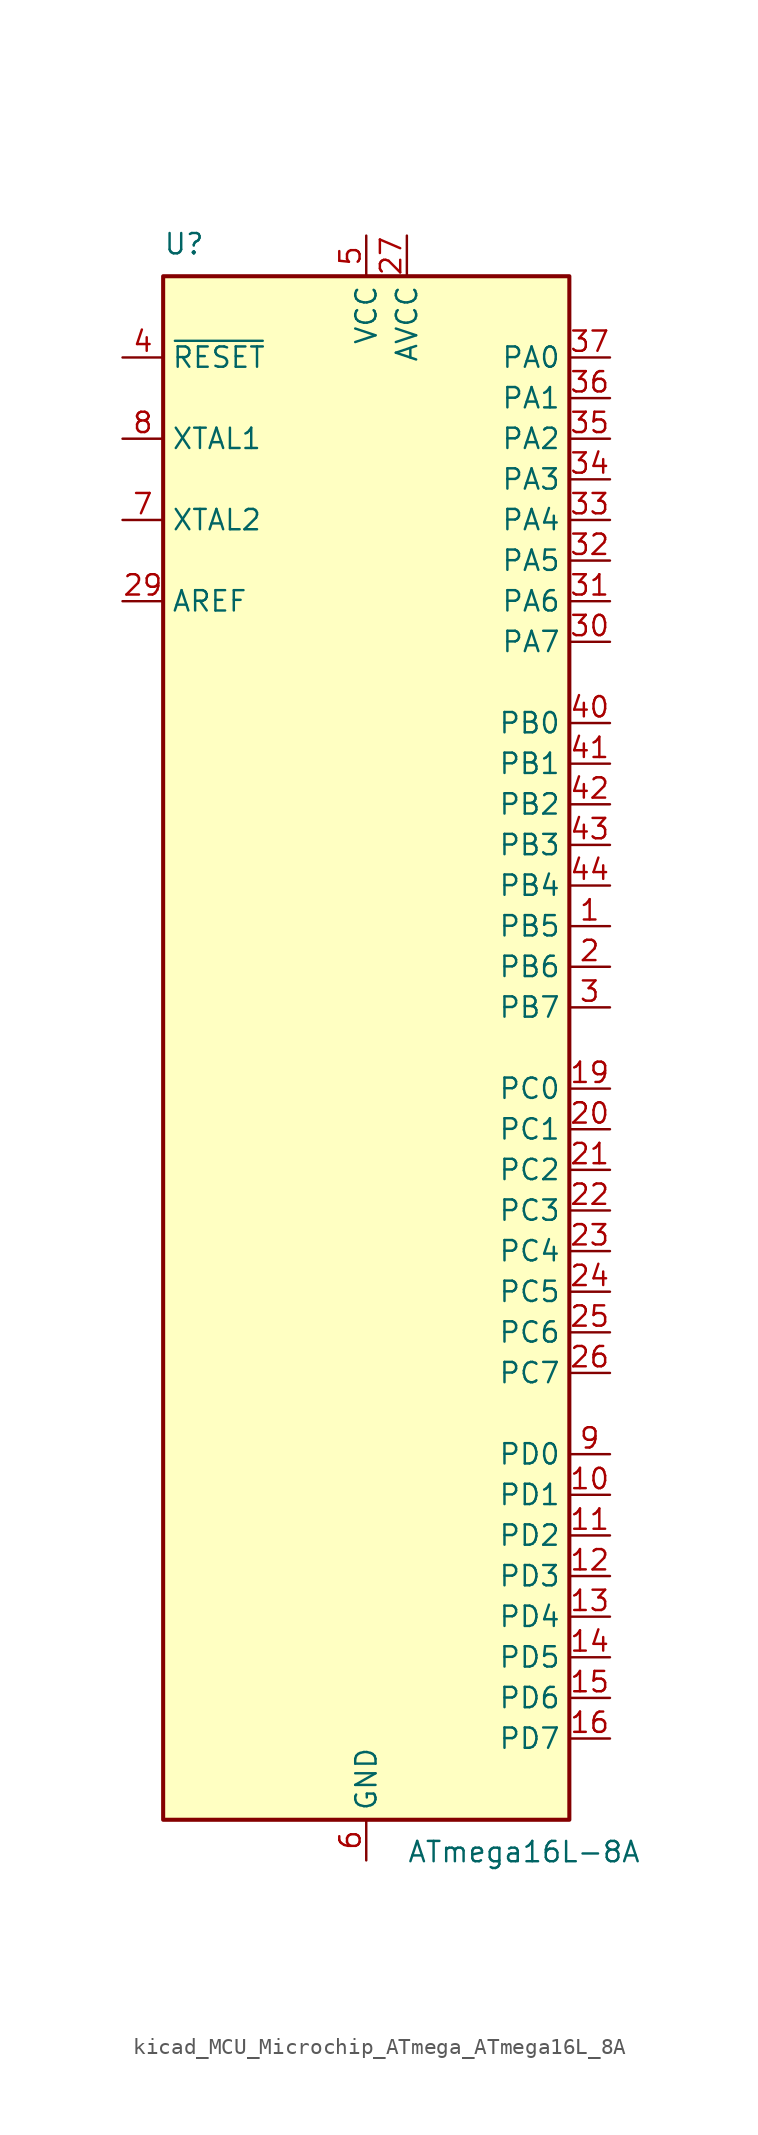
<source format=kicad_sym>
(kicad_symbol_lib
  (version 20220914)
  (generator kicad_symbol_editor)
  (symbol "kicad_MCU_Microchip_ATmega_ATmega16L_8A"
    (property "Reference" "U"
      (at -12.7 49.53 0)
      (effects (font (size 1.27 1.27)) (justify left bottom)))
    (property "Value" "ATmega16L-8A"
      (at 2.54 -49.53 0)
      (effects (font (size 1.27 1.27)) (justify left top)))
    (symbol "kicad_MCU_Microchip_ATmega_ATmega16L_8A_0_1"
      (rectangle (start -12.7 -48.26) (end 12.7 48.26) (stroke (width 0.254) (type default)) (fill (type background))))
    (symbol "kicad_MCU_Microchip_ATmega_ATmega16L_8A_1_1"
      (pin bidirectional line (at 15.24 7.62 180) (length 2.54) (name "PB5" (effects (font (size 1.27 1.27)))) (number "1" (effects (font (size 1.27 1.27)))))
      (pin bidirectional line (at 15.24 -27.94 180) (length 2.54) (name "PD1" (effects (font (size 1.27 1.27)))) (number "10" (effects (font (size 1.27 1.27)))))
      (pin bidirectional line (at 15.24 -30.48 180) (length 2.54) (name "PD2" (effects (font (size 1.27 1.27)))) (number "11" (effects (font (size 1.27 1.27)))))
      (pin bidirectional line (at 15.24 -33.02 180) (length 2.54) (name "PD3" (effects (font (size 1.27 1.27)))) (number "12" (effects (font (size 1.27 1.27)))))
      (pin bidirectional line (at 15.24 -35.56 180) (length 2.54) (name "PD4" (effects (font (size 1.27 1.27)))) (number "13" (effects (font (size 1.27 1.27)))))
      (pin bidirectional line (at 15.24 -38.1 180) (length 2.54) (name "PD5" (effects (font (size 1.27 1.27)))) (number "14" (effects (font (size 1.27 1.27)))))
      (pin bidirectional line (at 15.24 -40.64 180) (length 2.54) (name "PD6" (effects (font (size 1.27 1.27)))) (number "15" (effects (font (size 1.27 1.27)))))
      (pin bidirectional line (at 15.24 -43.18 180) (length 2.54) (name "PD7" (effects (font (size 1.27 1.27)))) (number "16" (effects (font (size 1.27 1.27)))))
      (pin passive line (at 0 50.8 270) (length 2.54) hide (name "VCC" (effects (font (size 1.27 1.27)))) (number "17" (effects (font (size 1.27 1.27)))))
      (pin passive line (at 0 -50.8 90) (length 2.54) hide (name "GND" (effects (font (size 1.27 1.27)))) (number "18" (effects (font (size 1.27 1.27)))))
      (pin bidirectional line (at 15.24 -2.54 180) (length 2.54) (name "PC0" (effects (font (size 1.27 1.27)))) (number "19" (effects (font (size 1.27 1.27)))))
      (pin bidirectional line (at 15.24 5.08 180) (length 2.54) (name "PB6" (effects (font (size 1.27 1.27)))) (number "2" (effects (font (size 1.27 1.27)))))
      (pin bidirectional line (at 15.24 -5.08 180) (length 2.54) (name "PC1" (effects (font (size 1.27 1.27)))) (number "20" (effects (font (size 1.27 1.27)))))
      (pin bidirectional line (at 15.24 -7.62 180) (length 2.54) (name "PC2" (effects (font (size 1.27 1.27)))) (number "21" (effects (font (size 1.27 1.27)))))
      (pin bidirectional line (at 15.24 -10.16 180) (length 2.54) (name "PC3" (effects (font (size 1.27 1.27)))) (number "22" (effects (font (size 1.27 1.27)))))
      (pin bidirectional line (at 15.24 -12.7 180) (length 2.54) (name "PC4" (effects (font (size 1.27 1.27)))) (number "23" (effects (font (size 1.27 1.27)))))
      (pin bidirectional line (at 15.24 -15.24 180) (length 2.54) (name "PC5" (effects (font (size 1.27 1.27)))) (number "24" (effects (font (size 1.27 1.27)))))
      (pin bidirectional line (at 15.24 -17.78 180) (length 2.54) (name "PC6" (effects (font (size 1.27 1.27)))) (number "25" (effects (font (size 1.27 1.27)))))
      (pin bidirectional line (at 15.24 -20.32 180) (length 2.54) (name "PC7" (effects (font (size 1.27 1.27)))) (number "26" (effects (font (size 1.27 1.27)))))
      (pin power_in line (at 2.54 50.8 270) (length 2.54) (name "AVCC" (effects (font (size 1.27 1.27)))) (number "27" (effects (font (size 1.27 1.27)))))
      (pin passive line (at 0 -50.8 90) (length 2.54) hide (name "GND" (effects (font (size 1.27 1.27)))) (number "28" (effects (font (size 1.27 1.27)))))
      (pin passive line (at -15.24 27.94 0) (length 2.54) (name "AREF" (effects (font (size 1.27 1.27)))) (number "29" (effects (font (size 1.27 1.27)))))
      (pin bidirectional line (at 15.24 2.54 180) (length 2.54) (name "PB7" (effects (font (size 1.27 1.27)))) (number "3" (effects (font (size 1.27 1.27)))))
      (pin bidirectional line (at 15.24 25.4 180) (length 2.54) (name "PA7" (effects (font (size 1.27 1.27)))) (number "30" (effects (font (size 1.27 1.27)))))
      (pin bidirectional line (at 15.24 27.94 180) (length 2.54) (name "PA6" (effects (font (size 1.27 1.27)))) (number "31" (effects (font (size 1.27 1.27)))))
      (pin bidirectional line (at 15.24 30.48 180) (length 2.54) (name "PA5" (effects (font (size 1.27 1.27)))) (number "32" (effects (font (size 1.27 1.27)))))
      (pin bidirectional line (at 15.24 33.02 180) (length 2.54) (name "PA4" (effects (font (size 1.27 1.27)))) (number "33" (effects (font (size 1.27 1.27)))))
      (pin bidirectional line (at 15.24 35.56 180) (length 2.54) (name "PA3" (effects (font (size 1.27 1.27)))) (number "34" (effects (font (size 1.27 1.27)))))
      (pin bidirectional line (at 15.24 38.1 180) (length 2.54) (name "PA2" (effects (font (size 1.27 1.27)))) (number "35" (effects (font (size 1.27 1.27)))))
      (pin bidirectional line (at 15.24 40.64 180) (length 2.54) (name "PA1" (effects (font (size 1.27 1.27)))) (number "36" (effects (font (size 1.27 1.27)))))
      (pin bidirectional line (at 15.24 43.18 180) (length 2.54) (name "PA0" (effects (font (size 1.27 1.27)))) (number "37" (effects (font (size 1.27 1.27)))))
      (pin passive line (at 0 50.8 270) (length 2.54) hide (name "VCC" (effects (font (size 1.27 1.27)))) (number "38" (effects (font (size 1.27 1.27)))))
      (pin passive line (at 0 -50.8 90) (length 2.54) hide (name "GND" (effects (font (size 1.27 1.27)))) (number "39" (effects (font (size 1.27 1.27)))))
      (pin input line (at -15.24 43.18 0) (length 2.54) (name "~{RESET}" (effects (font (size 1.27 1.27)))) (number "4" (effects (font (size 1.27 1.27)))))
      (pin bidirectional line (at 15.24 20.32 180) (length 2.54) (name "PB0" (effects (font (size 1.27 1.27)))) (number "40" (effects (font (size 1.27 1.27)))))
      (pin bidirectional line (at 15.24 17.78 180) (length 2.54) (name "PB1" (effects (font (size 1.27 1.27)))) (number "41" (effects (font (size 1.27 1.27)))))
      (pin bidirectional line (at 15.24 15.24 180) (length 2.54) (name "PB2" (effects (font (size 1.27 1.27)))) (number "42" (effects (font (size 1.27 1.27)))))
      (pin bidirectional line (at 15.24 12.7 180) (length 2.54) (name "PB3" (effects (font (size 1.27 1.27)))) (number "43" (effects (font (size 1.27 1.27)))))
      (pin bidirectional line (at 15.24 10.16 180) (length 2.54) (name "PB4" (effects (font (size 1.27 1.27)))) (number "44" (effects (font (size 1.27 1.27)))))
      (pin power_in line (at 0 50.8 270) (length 2.54) (name "VCC" (effects (font (size 1.27 1.27)))) (number "5" (effects (font (size 1.27 1.27)))))
      (pin power_in line (at 0 -50.8 90) (length 2.54) (name "GND" (effects (font (size 1.27 1.27)))) (number "6" (effects (font (size 1.27 1.27)))))
      (pin output line (at -15.24 33.02 0) (length 2.54) (name "XTAL2" (effects (font (size 1.27 1.27)))) (number "7" (effects (font (size 1.27 1.27)))))
      (pin input line (at -15.24 38.1 0) (length 2.54) (name "XTAL1" (effects (font (size 1.27 1.27)))) (number "8" (effects (font (size 1.27 1.27)))))
      (pin bidirectional line (at 15.24 -25.4 180) (length 2.54) (name "PD0" (effects (font (size 1.27 1.27)))) (number "9" (effects (font (size 1.27 1.27))))))))
</source>
